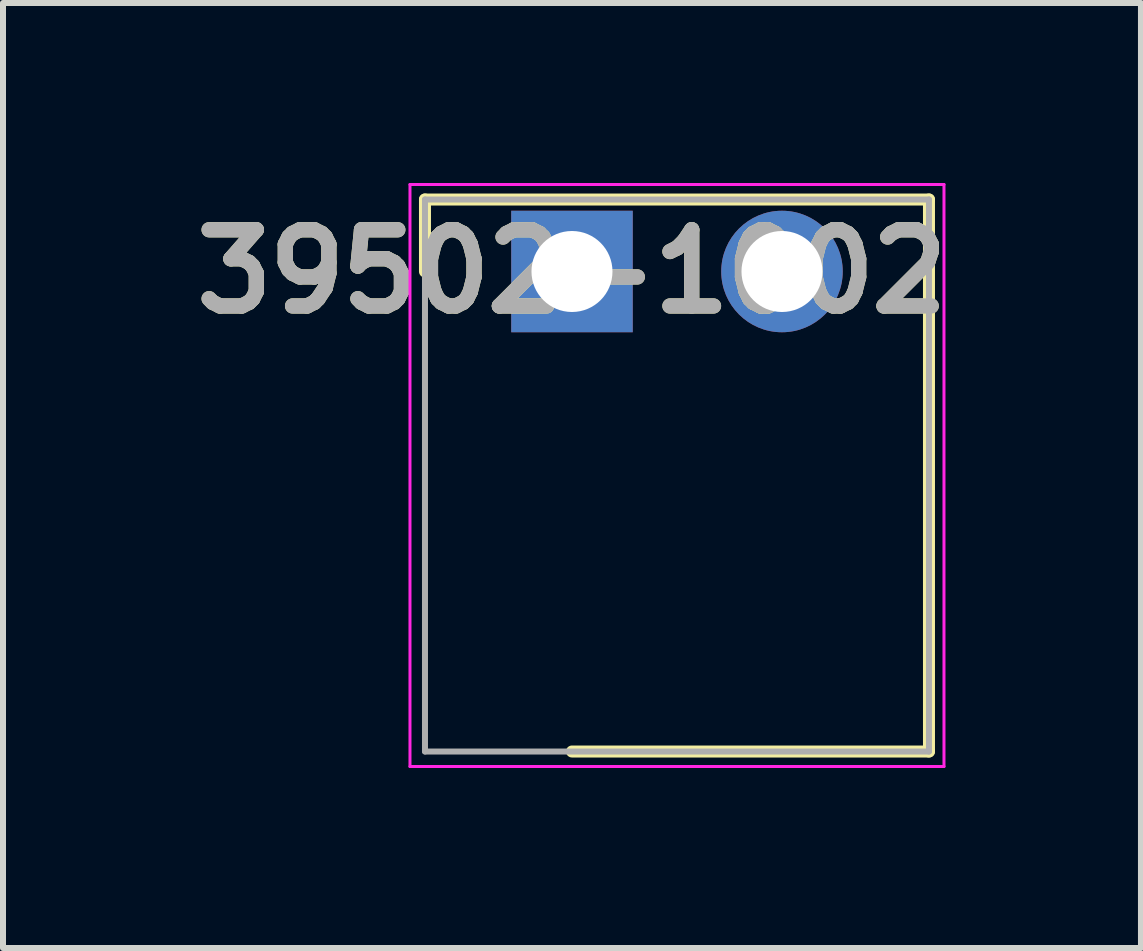
<source format=kicad_pcb>
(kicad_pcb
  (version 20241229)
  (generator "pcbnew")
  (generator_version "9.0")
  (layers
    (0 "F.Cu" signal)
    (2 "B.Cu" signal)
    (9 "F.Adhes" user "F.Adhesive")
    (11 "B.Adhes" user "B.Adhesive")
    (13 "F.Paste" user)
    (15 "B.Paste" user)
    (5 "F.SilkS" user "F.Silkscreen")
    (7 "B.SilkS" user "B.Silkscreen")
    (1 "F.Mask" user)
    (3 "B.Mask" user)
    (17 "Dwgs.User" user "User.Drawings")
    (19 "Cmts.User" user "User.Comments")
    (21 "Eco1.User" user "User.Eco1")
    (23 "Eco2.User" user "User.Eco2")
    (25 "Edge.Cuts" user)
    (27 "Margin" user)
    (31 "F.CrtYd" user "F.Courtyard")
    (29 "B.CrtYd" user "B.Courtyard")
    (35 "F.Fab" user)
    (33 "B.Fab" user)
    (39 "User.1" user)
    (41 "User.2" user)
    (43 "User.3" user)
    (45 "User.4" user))
  (footprint "39502-1002"
    (layer "F.Cu")
    (at 6.483 1.475)
    (property "Reference" "39502-1002" (at 0 0 0) (layer "F.SilkS") (effects (font (size 1.27 1.27) (thickness 0.254))))
    (attr through_hole)
    (fp_line (start -2.45 -1.2) (end -2.45 0) (stroke (width 0.2) (type solid)) (layer "F.SilkS"))
    (fp_line (start 0 8) (end 5.95 8) (stroke (width 0.2) (type solid)) (layer "F.SilkS"))
    (fp_line (start 5.95 -1.2) (end -2.45 -1.2) (stroke (width 0.2) (type solid)) (layer "F.SilkS"))
    (fp_line (start 5.95 8) (end 5.95 -1.2) (stroke (width 0.2) (type solid)) (layer "F.SilkS"))
    (fp_line (start -2.7 -1.45) (end 6.2 -1.45) (stroke (width 0.05) (type solid)) (layer "F.CrtYd"))
    (fp_line (start -2.7 8.25) (end -2.7 -1.45) (stroke (width 0.05) (type solid)) (layer "F.CrtYd"))
    (fp_line (start 6.2 -1.45) (end 6.2 8.25) (stroke (width 0.05) (type solid)) (layer "F.CrtYd"))
    (fp_line (start 6.2 8.25) (end -2.7 8.25) (stroke (width 0.05) (type solid)) (layer "F.CrtYd"))
    (fp_line (start -2.45 -1.2) (end 5.95 -1.2) (stroke (width 0.1) (type solid)) (layer "F.Fab"))
    (fp_line (start -2.45 8) (end -2.45 -1.2) (stroke (width 0.1) (type solid)) (layer "F.Fab"))
    (fp_line (start 5.95 -1.2) (end 5.95 8) (stroke (width 0.1) (type solid)) (layer "F.Fab"))
    (fp_line (start 5.95 8) (end -2.45 8) (stroke (width 0.1) (type solid)) (layer "F.Fab"))
    (fp_text user "${REFERENCE}" (at 0 0 0) (layer "F.Fab") (effects (font (size 1.27 1.27) (thickness 0.254))))
    (pad "1" thru_hole rect (at 0 0) (size 2.025 2.025) (drill 1.35) (layers "*.Cu" "*.Mask"))
    (pad "2" thru_hole circle (at 3.5 0) (size 2.025 2.025) (drill 1.35) (layers "*.Cu" "*.Mask")))
  (gr_rect
    (start -3 -3)
    (end 15.966 12.75)
    (stroke (width 0.1) (type default))
    (fill no)
    (layer "Edge.Cuts")))
</source>
